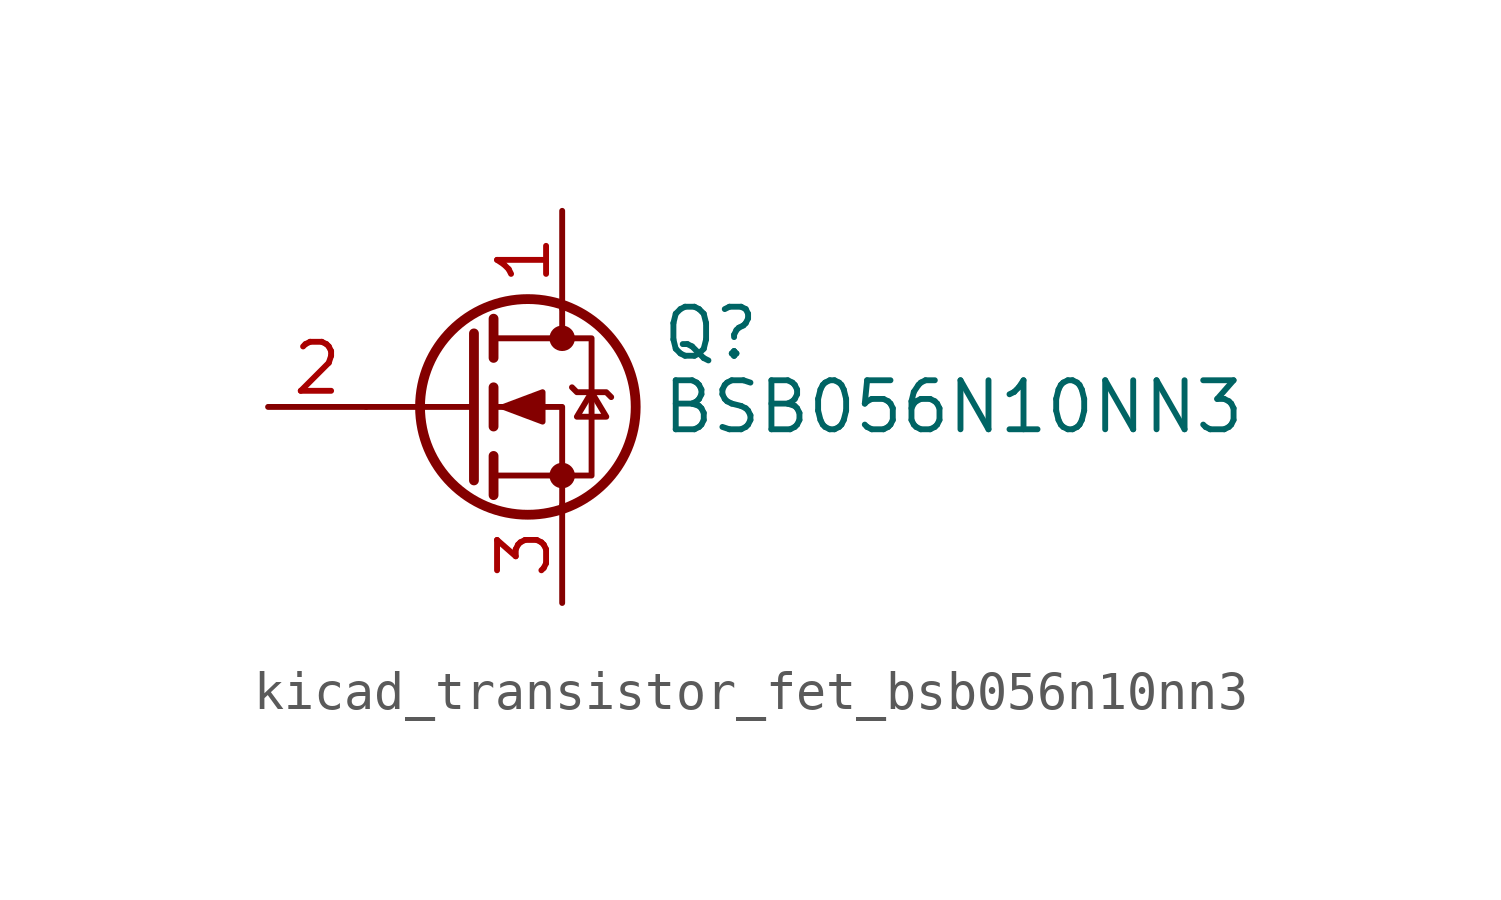
<source format=kicad_sym>
(kicad_symbol_lib
  (version 20220914)
  (generator kicad_symbol_editor)
  (symbol "kicad_transistor_fet_bsb056n10nn3"
    (pin_names hide)
    (property "Reference" "Q"
      (at 5.08 1.905 0)
      (effects (font (size 1.27 1.27)) (justify left)))
    (property "Value" "BSB056N10NN3"
      (at 5.08 0 0)
      (effects (font (size 1.27 1.27)) (justify left)))
    (symbol "kicad_transistor_fet_bsb056n10nn3_0_1"
      (polyline (pts (xy 0.254 0) (xy -2.54 0)) (stroke (width 0) (type default)) (fill (type none)))
      (polyline (pts (xy 0.254 1.905) (xy 0.254 -1.905)) (stroke (width 0.254) (type default)) (fill (type none)))
      (polyline (pts (xy 0.762 -1.27) (xy 0.762 -2.286)) (stroke (width 0.254) (type default)) (fill (type none)))
      (polyline (pts (xy 0.762 0.508) (xy 0.762 -0.508)) (stroke (width 0.254) (type default)) (fill (type none)))
      (polyline (pts (xy 0.762 2.286) (xy 0.762 1.27)) (stroke (width 0.254) (type default)) (fill (type none)))
      (polyline (pts (xy 2.54 2.54) (xy 2.54 1.778)) (stroke (width 0) (type default)) (fill (type none)))
      (polyline (pts (xy 2.54 -2.54) (xy 2.54 0) (xy 0.762 0)) (stroke (width 0) (type default)) (fill (type none)))
      (polyline (pts (xy 0.762 -1.778) (xy 3.302 -1.778) (xy 3.302 1.778) (xy 0.762 1.778)) (stroke (width 0) (type default)) (fill (type none)))
      (polyline (pts (xy 1.016 0) (xy 2.032 0.381) (xy 2.032 -0.381) (xy 1.016 0)) (stroke (width 0) (type default)) (fill (type outline)))
      (polyline (pts (xy 2.794 0.508) (xy 2.921 0.381) (xy 3.683 0.381) (xy 3.81 0.254)) (stroke (width 0) (type default)) (fill (type none)))
      (polyline (pts (xy 3.302 0.381) (xy 2.921 -0.254) (xy 3.683 -0.254) (xy 3.302 0.381)) (stroke (width 0) (type default)) (fill (type none)))
      (circle (center 1.651 0) (radius 2.794) (stroke (width 0.254) (type default)) (fill (type none)))
      (circle (center 2.54 -1.778) (radius 0.254) (stroke (width 0) (type default)) (fill (type outline)))
      (circle (center 2.54 1.778) (radius 0.254) (stroke (width 0) (type default)) (fill (type outline))))
    (symbol "kicad_transistor_fet_bsb056n10nn3_1_1"
      (pin passive line (at 2.54 5.08 270) (length 2.54) (name "D" (effects (font (size 1.27 1.27)))) (number "1" (effects (font (size 1.27 1.27)))))
      (pin input line (at -5.08 0 0) (length 2.54) (name "G" (effects (font (size 1.27 1.27)))) (number "2" (effects (font (size 1.27 1.27)))))
      (pin passive line (at 2.54 -5.08 90) (length 2.54) (name "S" (effects (font (size 1.27 1.27)))) (number "3" (effects (font (size 1.27 1.27))))))))
</source>
